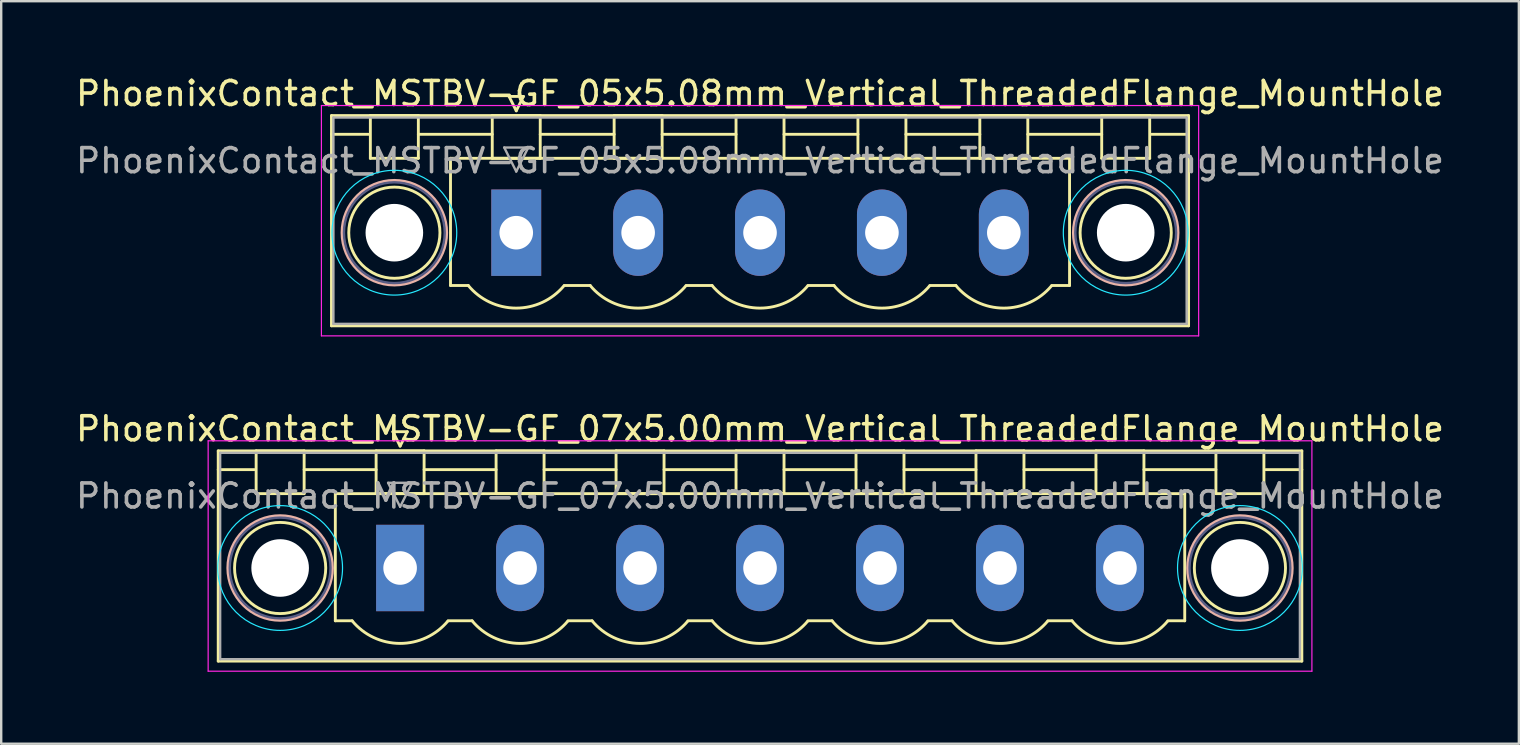
<source format=kicad_pcb>
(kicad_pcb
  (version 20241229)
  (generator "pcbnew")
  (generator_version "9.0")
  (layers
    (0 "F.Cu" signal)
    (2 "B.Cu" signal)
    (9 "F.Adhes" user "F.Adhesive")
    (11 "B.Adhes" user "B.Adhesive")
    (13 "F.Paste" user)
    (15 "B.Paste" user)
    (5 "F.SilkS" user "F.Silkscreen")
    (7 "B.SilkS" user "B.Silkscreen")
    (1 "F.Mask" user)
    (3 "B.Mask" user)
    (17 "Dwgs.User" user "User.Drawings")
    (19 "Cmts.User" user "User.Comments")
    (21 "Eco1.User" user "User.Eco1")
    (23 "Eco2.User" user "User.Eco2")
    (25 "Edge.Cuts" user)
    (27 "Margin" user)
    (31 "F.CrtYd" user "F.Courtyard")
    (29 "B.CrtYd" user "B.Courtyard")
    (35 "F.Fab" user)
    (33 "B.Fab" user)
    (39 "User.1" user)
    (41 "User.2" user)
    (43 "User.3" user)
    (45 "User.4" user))
  (footprint "PhoenixContact_MSTBV-GF_05x5.08mm_Vertical_ThreadedFlange_MountHole"
    (layer "F.Cu")
    (at 18.465 6.648)
    (property "Reference" "PhoenixContact_MSTBV-GF_05x5.08mm_Vertical_ThreadedFlange_MountHole" (at 10.16 -5.8 0) (layer "F.SilkS") (effects (font (size 1 1) (thickness 0.15))))
    (attr through_hole)
    (fp_line (start -7.7 -4.88) (end -7.7 3.88) (stroke (width 0.12) (type solid)) (layer "F.SilkS"))
    (fp_line (start -7.7 -4.1) (end -6.16 -4.1) (stroke (width 0.12) (type solid)) (layer "F.SilkS"))
    (fp_line (start -7.7 3.88) (end 28.02 3.88) (stroke (width 0.12) (type solid)) (layer "F.SilkS"))
    (fp_line (start -6.08 -4.88) (end -4.08 -4.88) (stroke (width 0.12) (type solid)) (layer "F.SilkS"))
    (fp_line (start -6.08 -3.1) (end -6.08 -4.88) (stroke (width 0.12) (type solid)) (layer "F.SilkS"))
    (fp_line (start -4.08 -4.88) (end -4.08 -3.1) (stroke (width 0.12) (type solid)) (layer "F.SilkS"))
    (fp_line (start -4.08 -4.1) (end -1 -4.1) (stroke (width 0.12) (type solid)) (layer "F.SilkS"))
    (fp_line (start -4.08 -3.1) (end -6.08 -3.1) (stroke (width 0.12) (type solid)) (layer "F.SilkS"))
    (fp_line (start -2.74 -3.1) (end 23.06 -3.1) (stroke (width 0.12) (type solid)) (layer "F.SilkS"))
    (fp_line (start -2.74 2.2) (end -2.74 -3.1) (stroke (width 0.12) (type solid)) (layer "F.SilkS"))
    (fp_line (start -2 2.2) (end -2.74 2.2) (stroke (width 0.12) (type solid)) (layer "F.SilkS"))
    (fp_line (start -1 -4.88) (end 1 -4.88) (stroke (width 0.12) (type solid)) (layer "F.SilkS"))
    (fp_line (start -1 -3.1) (end -1 -4.88) (stroke (width 0.12) (type solid)) (layer "F.SilkS"))
    (fp_line (start -0.3 -5.68) (end 0.3 -5.68) (stroke (width 0.12) (type solid)) (layer "F.SilkS"))
    (fp_line (start 0 -5.08) (end -0.3 -5.68) (stroke (width 0.12) (type solid)) (layer "F.SilkS"))
    (fp_line (start 0.3 -5.68) (end 0 -5.08) (stroke (width 0.12) (type solid)) (layer "F.SilkS"))
    (fp_line (start 1 -4.88) (end 1 -3.1) (stroke (width 0.12) (type solid)) (layer "F.SilkS"))
    (fp_line (start 1 -4.1) (end 4.08 -4.1) (stroke (width 0.12) (type solid)) (layer "F.SilkS"))
    (fp_line (start 1 -3.1) (end -1 -3.1) (stroke (width 0.12) (type solid)) (layer "F.SilkS"))
    (fp_line (start 2 2.2) (end 3.08 2.2) (stroke (width 0.12) (type solid)) (layer "F.SilkS"))
    (fp_line (start 4.08 -4.88) (end 6.08 -4.88) (stroke (width 0.12) (type solid)) (layer "F.SilkS"))
    (fp_line (start 4.08 -3.1) (end 4.08 -4.88) (stroke (width 0.12) (type solid)) (layer "F.SilkS"))
    (fp_line (start 6.08 -4.88) (end 6.08 -3.1) (stroke (width 0.12) (type solid)) (layer "F.SilkS"))
    (fp_line (start 6.08 -4.1) (end 9.16 -4.1) (stroke (width 0.12) (type solid)) (layer "F.SilkS"))
    (fp_line (start 6.08 -3.1) (end 4.08 -3.1) (stroke (width 0.12) (type solid)) (layer "F.SilkS"))
    (fp_line (start 7.08 2.2) (end 8.16 2.2) (stroke (width 0.12) (type solid)) (layer "F.SilkS"))
    (fp_line (start 9.16 -4.88) (end 11.16 -4.88) (stroke (width 0.12) (type solid)) (layer "F.SilkS"))
    (fp_line (start 9.16 -3.1) (end 9.16 -4.88) (stroke (width 0.12) (type solid)) (layer "F.SilkS"))
    (fp_line (start 11.16 -4.88) (end 11.16 -3.1) (stroke (width 0.12) (type solid)) (layer "F.SilkS"))
    (fp_line (start 11.16 -4.1) (end 14.24 -4.1) (stroke (width 0.12) (type solid)) (layer "F.SilkS"))
    (fp_line (start 11.16 -3.1) (end 9.16 -3.1) (stroke (width 0.12) (type solid)) (layer "F.SilkS"))
    (fp_line (start 12.16 2.2) (end 13.24 2.2) (stroke (width 0.12) (type solid)) (layer "F.SilkS"))
    (fp_line (start 14.24 -4.88) (end 16.24 -4.88) (stroke (width 0.12) (type solid)) (layer "F.SilkS"))
    (fp_line (start 14.24 -3.1) (end 14.24 -4.88) (stroke (width 0.12) (type solid)) (layer "F.SilkS"))
    (fp_line (start 16.24 -4.88) (end 16.24 -3.1) (stroke (width 0.12) (type solid)) (layer "F.SilkS"))
    (fp_line (start 16.24 -4.1) (end 19.32 -4.1) (stroke (width 0.12) (type solid)) (layer "F.SilkS"))
    (fp_line (start 16.24 -3.1) (end 14.24 -3.1) (stroke (width 0.12) (type solid)) (layer "F.SilkS"))
    (fp_line (start 17.24 2.2) (end 18.32 2.2) (stroke (width 0.12) (type solid)) (layer "F.SilkS"))
    (fp_line (start 19.32 -4.88) (end 21.32 -4.88) (stroke (width 0.12) (type solid)) (layer "F.SilkS"))
    (fp_line (start 19.32 -3.1) (end 19.32 -4.88) (stroke (width 0.12) (type solid)) (layer "F.SilkS"))
    (fp_line (start 21.32 -4.88) (end 21.32 -3.1) (stroke (width 0.12) (type solid)) (layer "F.SilkS"))
    (fp_line (start 21.32 -4.1) (end 24.4 -4.1) (stroke (width 0.12) (type solid)) (layer "F.SilkS"))
    (fp_line (start 21.32 -3.1) (end 19.32 -3.1) (stroke (width 0.12) (type solid)) (layer "F.SilkS"))
    (fp_line (start 23.06 -3.1) (end 23.06 2.2) (stroke (width 0.12) (type solid)) (layer "F.SilkS"))
    (fp_line (start 23.06 2.2) (end 22.32 2.2) (stroke (width 0.12) (type solid)) (layer "F.SilkS"))
    (fp_line (start 24.4 -4.88) (end 26.4 -4.88) (stroke (width 0.12) (type solid)) (layer "F.SilkS"))
    (fp_line (start 24.4 -3.1) (end 24.4 -4.88) (stroke (width 0.12) (type solid)) (layer "F.SilkS"))
    (fp_line (start 26.4 -4.88) (end 26.4 -3.1) (stroke (width 0.12) (type solid)) (layer "F.SilkS"))
    (fp_line (start 26.4 -3.1) (end 24.4 -3.1) (stroke (width 0.12) (type solid)) (layer "F.SilkS"))
    (fp_line (start 28.02 -4.88) (end -7.7 -4.88) (stroke (width 0.12) (type solid)) (layer "F.SilkS"))
    (fp_line (start 28.02 -4.1) (end 26.48 -4.1) (stroke (width 0.12) (type solid)) (layer "F.SilkS"))
    (fp_line (start 28.02 3.88) (end 28.02 -4.88) (stroke (width 0.12) (type solid)) (layer "F.SilkS"))
    (fp_arc (start 1.986842 2.215821) (mid -0.010289 3.142758) (end -2 2.2) (stroke (width 0.12) (type solid)) (layer "F.SilkS"))
    (fp_arc (start 7.066842 2.215821) (mid 5.069711 3.142758) (end 3.08 2.2) (stroke (width 0.12) (type solid)) (layer "F.SilkS"))
    (fp_arc (start 12.146842 2.215821) (mid 10.149711 3.142758) (end 8.16 2.2) (stroke (width 0.12) (type solid)) (layer "F.SilkS"))
    (fp_arc (start 17.226842 2.215821) (mid 15.229711 3.142758) (end 13.24 2.2) (stroke (width 0.12) (type solid)) (layer "F.SilkS"))
    (fp_arc (start 22.306842 2.215821) (mid 20.309711 3.142758) (end 18.32 2.2) (stroke (width 0.12) (type solid)) (layer "F.SilkS"))
    (fp_circle (center -5.08 0) (end -3.18 0) (stroke (width 0.12) (type solid)) (fill no) (layer "F.SilkS"))
    (fp_circle (center 25.4 0) (end 27.3 0) (stroke (width 0.12) (type solid)) (fill no) (layer "F.SilkS"))
    (fp_circle (center -5.08 0) (end -2.9 0) (stroke (width 0.12) (type solid)) (fill no) (layer "B.SilkS"))
    (fp_circle (center 25.4 0) (end 27.58 0) (stroke (width 0.12) (type solid)) (fill no) (layer "B.SilkS"))
    (fp_circle (center -5.08 0) (end -2.48 0) (stroke (width 0.05) (type solid)) (fill no) (layer "B.CrtYd"))
    (fp_circle (center 25.4 0) (end 28 0) (stroke (width 0.05) (type solid)) (fill no) (layer "B.CrtYd"))
    (fp_line (start -8.12 -5.3) (end -8.12 4.3) (stroke (width 0.05) (type solid)) (layer "F.CrtYd"))
    (fp_line (start -8.12 4.3) (end 28.44 4.3) (stroke (width 0.05) (type solid)) (layer "F.CrtYd"))
    (fp_line (start 28.44 -5.3) (end -8.12 -5.3) (stroke (width 0.05) (type solid)) (layer "F.CrtYd"))
    (fp_line (start 28.44 4.3) (end 28.44 -5.3) (stroke (width 0.05) (type solid)) (layer "F.CrtYd"))
    (fp_circle (center -5.08 0) (end -2.98 0) (stroke (width 0.1) (type solid)) (fill no) (layer "B.Fab"))
    (fp_circle (center 25.4 0) (end 27.5 0) (stroke (width 0.1) (type solid)) (fill no) (layer "B.Fab"))
    (fp_line (start -7.62 -4.8) (end -7.62 3.8) (stroke (width 0.1) (type solid)) (layer "F.Fab"))
    (fp_line (start -7.62 3.8) (end 27.94 3.8) (stroke (width 0.1) (type solid)) (layer "F.Fab"))
    (fp_line (start -0.5 -3.55) (end 0.5 -3.55) (stroke (width 0.1) (type solid)) (layer "F.Fab"))
    (fp_line (start 0 -2.55) (end -0.5 -3.55) (stroke (width 0.1) (type solid)) (layer "F.Fab"))
    (fp_line (start 0.5 -3.55) (end 0 -2.55) (stroke (width 0.1) (type solid)) (layer "F.Fab"))
    (fp_line (start 27.94 -4.8) (end -7.62 -4.8) (stroke (width 0.1) (type solid)) (layer "F.Fab"))
    (fp_line (start 27.94 3.8) (end 27.94 -4.8) (stroke (width 0.1) (type solid)) (layer "F.Fab"))
    (fp_text user "${REFERENCE}" (at 10.16 -3 0) (layer "F.Fab") (effects (font (size 1 1) (thickness 0.15))))
    (pad "" np_thru_hole circle (at -5.08 0) (size 2.4 2.4) (drill 2.4) (layers "*.Cu" "*.Mask"))
    (pad "" np_thru_hole circle (at 25.4 0) (size 2.4 2.4) (drill 2.4) (layers "*.Cu" "*.Mask"))
    (pad "1" thru_hole rect (at 0 0) (size 2.08 3.6) (drill 1.4) (layers "*.Cu" "*.Mask"))
    (pad "2" thru_hole oval (at 5.08 0) (size 2.08 3.6) (drill 1.4) (layers "*.Cu" "*.Mask"))
    (pad "3" thru_hole oval (at 10.16 0) (size 2.08 3.6) (drill 1.4) (layers "*.Cu" "*.Mask"))
    (pad "4" thru_hole oval (at 15.24 0) (size 2.08 3.6) (drill 1.4) (layers "*.Cu" "*.Mask"))
    (pad "5" thru_hole oval (at 20.32 0) (size 2.08 3.6) (drill 1.4) (layers "*.Cu" "*.Mask")))
  (footprint "PhoenixContact_MSTBV-GF_07x5.00mm_Vertical_ThreadedFlange_MountHole"
    (layer "F.Cu")
    (at 13.625 20.622)
    (property "Reference" "PhoenixContact_MSTBV-GF_07x5.00mm_Vertical_ThreadedFlange_MountHole" (at 15 -5.8 0) (layer "F.SilkS") (effects (font (size 1 1) (thickness 0.15))))
    (attr through_hole)
    (fp_line (start -7.58 -4.88) (end -7.58 3.88) (stroke (width 0.12) (type solid)) (layer "F.SilkS"))
    (fp_line (start -7.58 -4.1) (end -6.08 -4.1) (stroke (width 0.12) (type solid)) (layer "F.SilkS"))
    (fp_line (start -7.58 3.88) (end 37.58 3.88) (stroke (width 0.12) (type solid)) (layer "F.SilkS"))
    (fp_line (start -6 -4.88) (end -4 -4.88) (stroke (width 0.12) (type solid)) (layer "F.SilkS"))
    (fp_line (start -6 -3.1) (end -6 -4.88) (stroke (width 0.12) (type solid)) (layer "F.SilkS"))
    (fp_line (start -4 -4.88) (end -4 -3.1) (stroke (width 0.12) (type solid)) (layer "F.SilkS"))
    (fp_line (start -4 -4.1) (end -1 -4.1) (stroke (width 0.12) (type solid)) (layer "F.SilkS"))
    (fp_line (start -4 -3.1) (end -6 -3.1) (stroke (width 0.12) (type solid)) (layer "F.SilkS"))
    (fp_line (start -2.7 -3.1) (end 32.7 -3.1) (stroke (width 0.12) (type solid)) (layer "F.SilkS"))
    (fp_line (start -2.7 2.2) (end -2.7 -3.1) (stroke (width 0.12) (type solid)) (layer "F.SilkS"))
    (fp_line (start -2 2.2) (end -2.7 2.2) (stroke (width 0.12) (type solid)) (layer "F.SilkS"))
    (fp_line (start -1 -4.88) (end 1 -4.88) (stroke (width 0.12) (type solid)) (layer "F.SilkS"))
    (fp_line (start -1 -3.1) (end -1 -4.88) (stroke (width 0.12) (type solid)) (layer "F.SilkS"))
    (fp_line (start -0.3 -5.68) (end 0.3 -5.68) (stroke (width 0.12) (type solid)) (layer "F.SilkS"))
    (fp_line (start 0 -5.08) (end -0.3 -5.68) (stroke (width 0.12) (type solid)) (layer "F.SilkS"))
    (fp_line (start 0.3 -5.68) (end 0 -5.08) (stroke (width 0.12) (type solid)) (layer "F.SilkS"))
    (fp_line (start 1 -4.88) (end 1 -3.1) (stroke (width 0.12) (type solid)) (layer "F.SilkS"))
    (fp_line (start 1 -4.1) (end 4 -4.1) (stroke (width 0.12) (type solid)) (layer "F.SilkS"))
    (fp_line (start 1 -3.1) (end -1 -3.1) (stroke (width 0.12) (type solid)) (layer "F.SilkS"))
    (fp_line (start 2 2.2) (end 3 2.2) (stroke (width 0.12) (type solid)) (layer "F.SilkS"))
    (fp_line (start 4 -4.88) (end 6 -4.88) (stroke (width 0.12) (type solid)) (layer "F.SilkS"))
    (fp_line (start 4 -3.1) (end 4 -4.88) (stroke (width 0.12) (type solid)) (layer "F.SilkS"))
    (fp_line (start 6 -4.88) (end 6 -3.1) (stroke (width 0.12) (type solid)) (layer "F.SilkS"))
    (fp_line (start 6 -4.1) (end 9 -4.1) (stroke (width 0.12) (type solid)) (layer "F.SilkS"))
    (fp_line (start 6 -3.1) (end 4 -3.1) (stroke (width 0.12) (type solid)) (layer "F.SilkS"))
    (fp_line (start 7 2.2) (end 8 2.2) (stroke (width 0.12) (type solid)) (layer "F.SilkS"))
    (fp_line (start 9 -4.88) (end 11 -4.88) (stroke (width 0.12) (type solid)) (layer "F.SilkS"))
    (fp_line (start 9 -3.1) (end 9 -4.88) (stroke (width 0.12) (type solid)) (layer "F.SilkS"))
    (fp_line (start 11 -4.88) (end 11 -3.1) (stroke (width 0.12) (type solid)) (layer "F.SilkS"))
    (fp_line (start 11 -4.1) (end 14 -4.1) (stroke (width 0.12) (type solid)) (layer "F.SilkS"))
    (fp_line (start 11 -3.1) (end 9 -3.1) (stroke (width 0.12) (type solid)) (layer "F.SilkS"))
    (fp_line (start 12 2.2) (end 13 2.2) (stroke (width 0.12) (type solid)) (layer "F.SilkS"))
    (fp_line (start 14 -4.88) (end 16 -4.88) (stroke (width 0.12) (type solid)) (layer "F.SilkS"))
    (fp_line (start 14 -3.1) (end 14 -4.88) (stroke (width 0.12) (type solid)) (layer "F.SilkS"))
    (fp_line (start 16 -4.88) (end 16 -3.1) (stroke (width 0.12) (type solid)) (layer "F.SilkS"))
    (fp_line (start 16 -4.1) (end 19 -4.1) (stroke (width 0.12) (type solid)) (layer "F.SilkS"))
    (fp_line (start 16 -3.1) (end 14 -3.1) (stroke (width 0.12) (type solid)) (layer "F.SilkS"))
    (fp_line (start 17 2.2) (end 18 2.2) (stroke (width 0.12) (type solid)) (layer "F.SilkS"))
    (fp_line (start 19 -4.88) (end 21 -4.88) (stroke (width 0.12) (type solid)) (layer "F.SilkS"))
    (fp_line (start 19 -3.1) (end 19 -4.88) (stroke (width 0.12) (type solid)) (layer "F.SilkS"))
    (fp_line (start 21 -4.88) (end 21 -3.1) (stroke (width 0.12) (type solid)) (layer "F.SilkS"))
    (fp_line (start 21 -4.1) (end 24 -4.1) (stroke (width 0.12) (type solid)) (layer "F.SilkS"))
    (fp_line (start 21 -3.1) (end 19 -3.1) (stroke (width 0.12) (type solid)) (layer "F.SilkS"))
    (fp_line (start 22 2.2) (end 23 2.2) (stroke (width 0.12) (type solid)) (layer "F.SilkS"))
    (fp_line (start 24 -4.88) (end 26 -4.88) (stroke (width 0.12) (type solid)) (layer "F.SilkS"))
    (fp_line (start 24 -3.1) (end 24 -4.88) (stroke (width 0.12) (type solid)) (layer "F.SilkS"))
    (fp_line (start 26 -4.88) (end 26 -3.1) (stroke (width 0.12) (type solid)) (layer "F.SilkS"))
    (fp_line (start 26 -4.1) (end 29 -4.1) (stroke (width 0.12) (type solid)) (layer "F.SilkS"))
    (fp_line (start 26 -3.1) (end 24 -3.1) (stroke (width 0.12) (type solid)) (layer "F.SilkS"))
    (fp_line (start 27 2.2) (end 28 2.2) (stroke (width 0.12) (type solid)) (layer "F.SilkS"))
    (fp_line (start 29 -4.88) (end 31 -4.88) (stroke (width 0.12) (type solid)) (layer "F.SilkS"))
    (fp_line (start 29 -3.1) (end 29 -4.88) (stroke (width 0.12) (type solid)) (layer "F.SilkS"))
    (fp_line (start 31 -4.88) (end 31 -3.1) (stroke (width 0.12) (type solid)) (layer "F.SilkS"))
    (fp_line (start 31 -4.1) (end 34 -4.1) (stroke (width 0.12) (type solid)) (layer "F.SilkS"))
    (fp_line (start 31 -3.1) (end 29 -3.1) (stroke (width 0.12) (type solid)) (layer "F.SilkS"))
    (fp_line (start 32.7 -3.1) (end 32.7 2.2) (stroke (width 0.12) (type solid)) (layer "F.SilkS"))
    (fp_line (start 32.7 2.2) (end 32 2.2) (stroke (width 0.12) (type solid)) (layer "F.SilkS"))
    (fp_line (start 34 -4.88) (end 36 -4.88) (stroke (width 0.12) (type solid)) (layer "F.SilkS"))
    (fp_line (start 34 -3.1) (end 34 -4.88) (stroke (width 0.12) (type solid)) (layer "F.SilkS"))
    (fp_line (start 36 -4.88) (end 36 -3.1) (stroke (width 0.12) (type solid)) (layer "F.SilkS"))
    (fp_line (start 36 -3.1) (end 34 -3.1) (stroke (width 0.12) (type solid)) (layer "F.SilkS"))
    (fp_line (start 37.58 -4.88) (end -7.58 -4.88) (stroke (width 0.12) (type solid)) (layer "F.SilkS"))
    (fp_line (start 37.58 -4.1) (end 36.08 -4.1) (stroke (width 0.12) (type solid)) (layer "F.SilkS"))
    (fp_line (start 37.58 3.88) (end 37.58 -4.88) (stroke (width 0.12) (type solid)) (layer "F.SilkS"))
    (fp_arc (start 1.986842 2.215821) (mid -0.010289 3.142758) (end -2 2.2) (stroke (width 0.12) (type solid)) (layer "F.SilkS"))
    (fp_arc (start 6.986842 2.215821) (mid 4.989711 3.142758) (end 3 2.2) (stroke (width 0.12) (type solid)) (layer "F.SilkS"))
    (fp_arc (start 11.986842 2.215821) (mid 9.989711 3.142758) (end 8 2.2) (stroke (width 0.12) (type solid)) (layer "F.SilkS"))
    (fp_arc (start 16.986842 2.215821) (mid 14.989711 3.142758) (end 13 2.2) (stroke (width 0.12) (type solid)) (layer "F.SilkS"))
    (fp_arc (start 21.986842 2.215821) (mid 19.989711 3.142758) (end 18 2.2) (stroke (width 0.12) (type solid)) (layer "F.SilkS"))
    (fp_arc (start 26.986842 2.215821) (mid 24.989711 3.142758) (end 23 2.2) (stroke (width 0.12) (type solid)) (layer "F.SilkS"))
    (fp_arc (start 31.986842 2.215821) (mid 29.989711 3.142758) (end 28 2.2) (stroke (width 0.12) (type solid)) (layer "F.SilkS"))
    (fp_circle (center -5 0) (end -3.1 0) (stroke (width 0.12) (type solid)) (fill no) (layer "F.SilkS"))
    (fp_circle (center 35 0) (end 36.9 0) (stroke (width 0.12) (type solid)) (fill no) (layer "F.SilkS"))
    (fp_circle (center -5 0) (end -2.82 0) (stroke (width 0.12) (type solid)) (fill no) (layer "B.SilkS"))
    (fp_circle (center 35 0) (end 37.18 0) (stroke (width 0.12) (type solid)) (fill no) (layer "B.SilkS"))
    (fp_circle (center -5 0) (end -2.4 0) (stroke (width 0.05) (type solid)) (fill no) (layer "B.CrtYd"))
    (fp_circle (center 35 0) (end 37.6 0) (stroke (width 0.05) (type solid)) (fill no) (layer "B.CrtYd"))
    (fp_line (start -8 -5.3) (end -8 4.3) (stroke (width 0.05) (type solid)) (layer "F.CrtYd"))
    (fp_line (start -8 4.3) (end 38 4.3) (stroke (width 0.05) (type solid)) (layer "F.CrtYd"))
    (fp_line (start 38 -5.3) (end -8 -5.3) (stroke (width 0.05) (type solid)) (layer "F.CrtYd"))
    (fp_line (start 38 4.3) (end 38 -5.3) (stroke (width 0.05) (type solid)) (layer "F.CrtYd"))
    (fp_circle (center -5 0) (end -2.9 0) (stroke (width 0.1) (type solid)) (fill no) (layer "B.Fab"))
    (fp_circle (center 35 0) (end 37.1 0) (stroke (width 0.1) (type solid)) (fill no) (layer "B.Fab"))
    (fp_line (start -7.5 -4.8) (end -7.5 3.8) (stroke (width 0.1) (type solid)) (layer "F.Fab"))
    (fp_line (start -7.5 3.8) (end 37.5 3.8) (stroke (width 0.1) (type solid)) (layer "F.Fab"))
    (fp_line (start -0.5 -3.55) (end 0.5 -3.55) (stroke (width 0.1) (type solid)) (layer "F.Fab"))
    (fp_line (start 0 -2.55) (end -0.5 -3.55) (stroke (width 0.1) (type solid)) (layer "F.Fab"))
    (fp_line (start 0.5 -3.55) (end 0 -2.55) (stroke (width 0.1) (type solid)) (layer "F.Fab"))
    (fp_line (start 37.5 -4.8) (end -7.5 -4.8) (stroke (width 0.1) (type solid)) (layer "F.Fab"))
    (fp_line (start 37.5 3.8) (end 37.5 -4.8) (stroke (width 0.1) (type solid)) (layer "F.Fab"))
    (fp_text user "${REFERENCE}" (at 15 -3 0) (layer "F.Fab") (effects (font (size 1 1) (thickness 0.15))))
    (pad "" np_thru_hole circle (at -5 0) (size 2.4 2.4) (drill 2.4) (layers "*.Cu" "*.Mask"))
    (pad "" np_thru_hole circle (at 35 0) (size 2.4 2.4) (drill 2.4) (layers "*.Cu" "*.Mask"))
    (pad "1" thru_hole rect (at 0 0) (size 2 3.6) (drill 1.4) (layers "*.Cu" "*.Mask"))
    (pad "2" thru_hole oval (at 5 0) (size 2 3.6) (drill 1.4) (layers "*.Cu" "*.Mask"))
    (pad "3" thru_hole oval (at 10 0) (size 2 3.6) (drill 1.4) (layers "*.Cu" "*.Mask"))
    (pad "4" thru_hole oval (at 15 0) (size 2 3.6) (drill 1.4) (layers "*.Cu" "*.Mask"))
    (pad "5" thru_hole oval (at 20 0) (size 2 3.6) (drill 1.4) (layers "*.Cu" "*.Mask"))
    (pad "6" thru_hole oval (at 25 0) (size 2 3.6) (drill 1.4) (layers "*.Cu" "*.Mask"))
    (pad "7" thru_hole oval (at 30 0) (size 2 3.6) (drill 1.4) (layers "*.Cu" "*.Mask")))
  (gr_rect
    (start -3 -3)
    (end 60.25 27.947)
    (stroke (width 0.1) (type default))
    (fill no)
    (layer "Edge.Cuts")))
</source>
